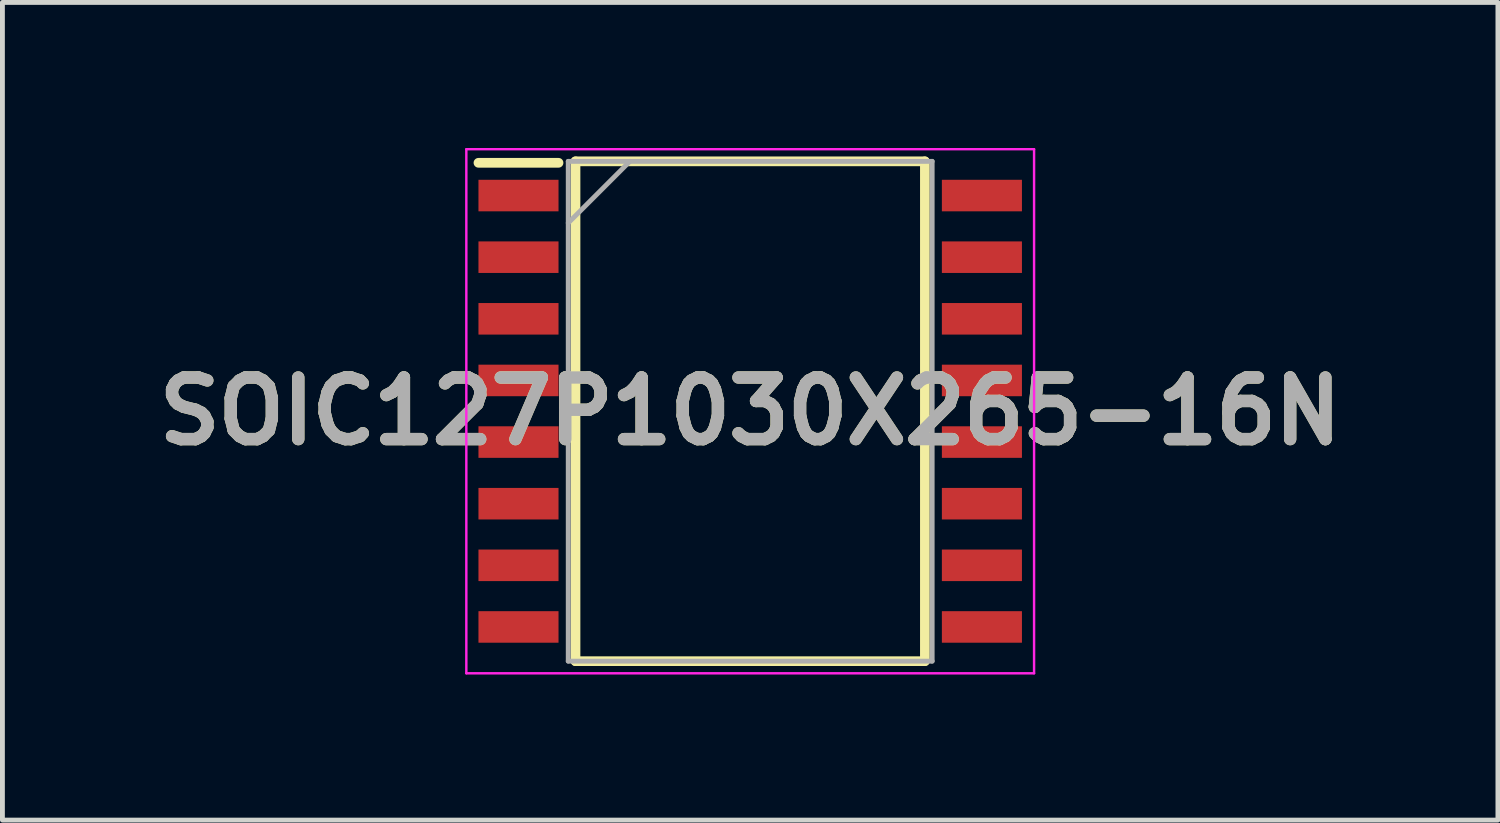
<source format=kicad_pcb>
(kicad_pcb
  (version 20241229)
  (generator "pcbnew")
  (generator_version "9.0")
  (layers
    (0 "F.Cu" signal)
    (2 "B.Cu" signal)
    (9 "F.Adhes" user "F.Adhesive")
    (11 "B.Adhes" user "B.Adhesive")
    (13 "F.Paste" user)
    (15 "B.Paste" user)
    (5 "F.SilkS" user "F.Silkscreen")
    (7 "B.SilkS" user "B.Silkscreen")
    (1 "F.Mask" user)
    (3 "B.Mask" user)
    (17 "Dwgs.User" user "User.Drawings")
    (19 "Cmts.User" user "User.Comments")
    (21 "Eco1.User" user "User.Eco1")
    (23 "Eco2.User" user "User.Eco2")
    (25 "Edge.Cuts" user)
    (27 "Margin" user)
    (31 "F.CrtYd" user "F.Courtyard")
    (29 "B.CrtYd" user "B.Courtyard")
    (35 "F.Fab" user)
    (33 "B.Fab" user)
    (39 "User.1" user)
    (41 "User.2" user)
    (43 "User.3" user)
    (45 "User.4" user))
  (footprint "SOIC127P1030X265-16N"
    (layer "F.Cu")
    (at 12.41 5.425)
    (property "Reference" "SOIC127P1030X265-16N" (at 0 0 0) (layer "F.SilkS") (effects (font (size 1.27 1.27) (thickness 0.254))))
    (attr smd)
    (fp_line (start -5.6 -5.12) (end -3.95 -5.12) (stroke (width 0.2) (type solid)) (layer "F.SilkS"))
    (fp_line (start -3.6 -5.15) (end 3.6 -5.15) (stroke (width 0.2) (type solid)) (layer "F.SilkS"))
    (fp_line (start -3.6 5.15) (end -3.6 -5.15) (stroke (width 0.2) (type solid)) (layer "F.SilkS"))
    (fp_line (start 3.6 -5.15) (end 3.6 5.15) (stroke (width 0.2) (type solid)) (layer "F.SilkS"))
    (fp_line (start 3.6 5.15) (end -3.6 5.15) (stroke (width 0.2) (type solid)) (layer "F.SilkS"))
    (fp_line (start -5.85 -5.4) (end 5.85 -5.4) (stroke (width 0.05) (type solid)) (layer "F.CrtYd"))
    (fp_line (start -5.85 5.4) (end -5.85 -5.4) (stroke (width 0.05) (type solid)) (layer "F.CrtYd"))
    (fp_line (start 5.85 -5.4) (end 5.85 5.4) (stroke (width 0.05) (type solid)) (layer "F.CrtYd"))
    (fp_line (start 5.85 5.4) (end -5.85 5.4) (stroke (width 0.05) (type solid)) (layer "F.CrtYd"))
    (fp_line (start -3.75 -5.15) (end 3.75 -5.15) (stroke (width 0.1) (type solid)) (layer "F.Fab"))
    (fp_line (start -3.75 -3.88) (end -2.48 -5.15) (stroke (width 0.1) (type solid)) (layer "F.Fab"))
    (fp_line (start -3.75 5.15) (end -3.75 -5.15) (stroke (width 0.1) (type solid)) (layer "F.Fab"))
    (fp_line (start 3.75 -5.15) (end 3.75 5.15) (stroke (width 0.1) (type solid)) (layer "F.Fab"))
    (fp_line (start 3.75 5.15) (end -3.75 5.15) (stroke (width 0.1) (type solid)) (layer "F.Fab"))
    (fp_text user "${REFERENCE}" (at 0 0 0) (layer "F.Fab") (effects (font (size 1.27 1.27) (thickness 0.254))))
    (pad "1" smd rect (at -4.775 -4.445 90) (size 0.65 1.65) (layers "F.Cu" "F.Mask" "F.Paste"))
    (pad "2" smd rect (at -4.775 -3.175 90) (size 0.65 1.65) (layers "F.Cu" "F.Mask" "F.Paste"))
    (pad "3" smd rect (at -4.775 -1.905 90) (size 0.65 1.65) (layers "F.Cu" "F.Mask" "F.Paste"))
    (pad "4" smd rect (at -4.775 -0.635 90) (size 0.65 1.65) (layers "F.Cu" "F.Mask" "F.Paste"))
    (pad "5" smd rect (at -4.775 0.635 90) (size 0.65 1.65) (layers "F.Cu" "F.Mask" "F.Paste"))
    (pad "6" smd rect (at -4.775 1.905 90) (size 0.65 1.65) (layers "F.Cu" "F.Mask" "F.Paste"))
    (pad "7" smd rect (at -4.775 3.175 90) (size 0.65 1.65) (layers "F.Cu" "F.Mask" "F.Paste"))
    (pad "8" smd rect (at -4.775 4.445 90) (size 0.65 1.65) (layers "F.Cu" "F.Mask" "F.Paste"))
    (pad "9" smd rect (at 4.775 4.445 90) (size 0.65 1.65) (layers "F.Cu" "F.Mask" "F.Paste"))
    (pad "10" smd rect (at 4.775 3.175 90) (size 0.65 1.65) (layers "F.Cu" "F.Mask" "F.Paste"))
    (pad "11" smd rect (at 4.775 1.905 90) (size 0.65 1.65) (layers "F.Cu" "F.Mask" "F.Paste"))
    (pad "12" smd rect (at 4.775 0.635 90) (size 0.65 1.65) (layers "F.Cu" "F.Mask" "F.Paste"))
    (pad "13" smd rect (at 4.775 -0.635 90) (size 0.65 1.65) (layers "F.Cu" "F.Mask" "F.Paste"))
    (pad "14" smd rect (at 4.775 -1.905 90) (size 0.65 1.65) (layers "F.Cu" "F.Mask" "F.Paste"))
    (pad "15" smd rect (at 4.775 -3.175 90) (size 0.65 1.65) (layers "F.Cu" "F.Mask" "F.Paste"))
    (pad "16" smd rect (at 4.775 -4.445 90) (size 0.65 1.65) (layers "F.Cu" "F.Mask" "F.Paste")))
  (gr_rect
    (start -3 -3)
    (end 27.819 13.85)
    (stroke (width 0.1) (type default))
    (fill no)
    (layer "Edge.Cuts")))
</source>
